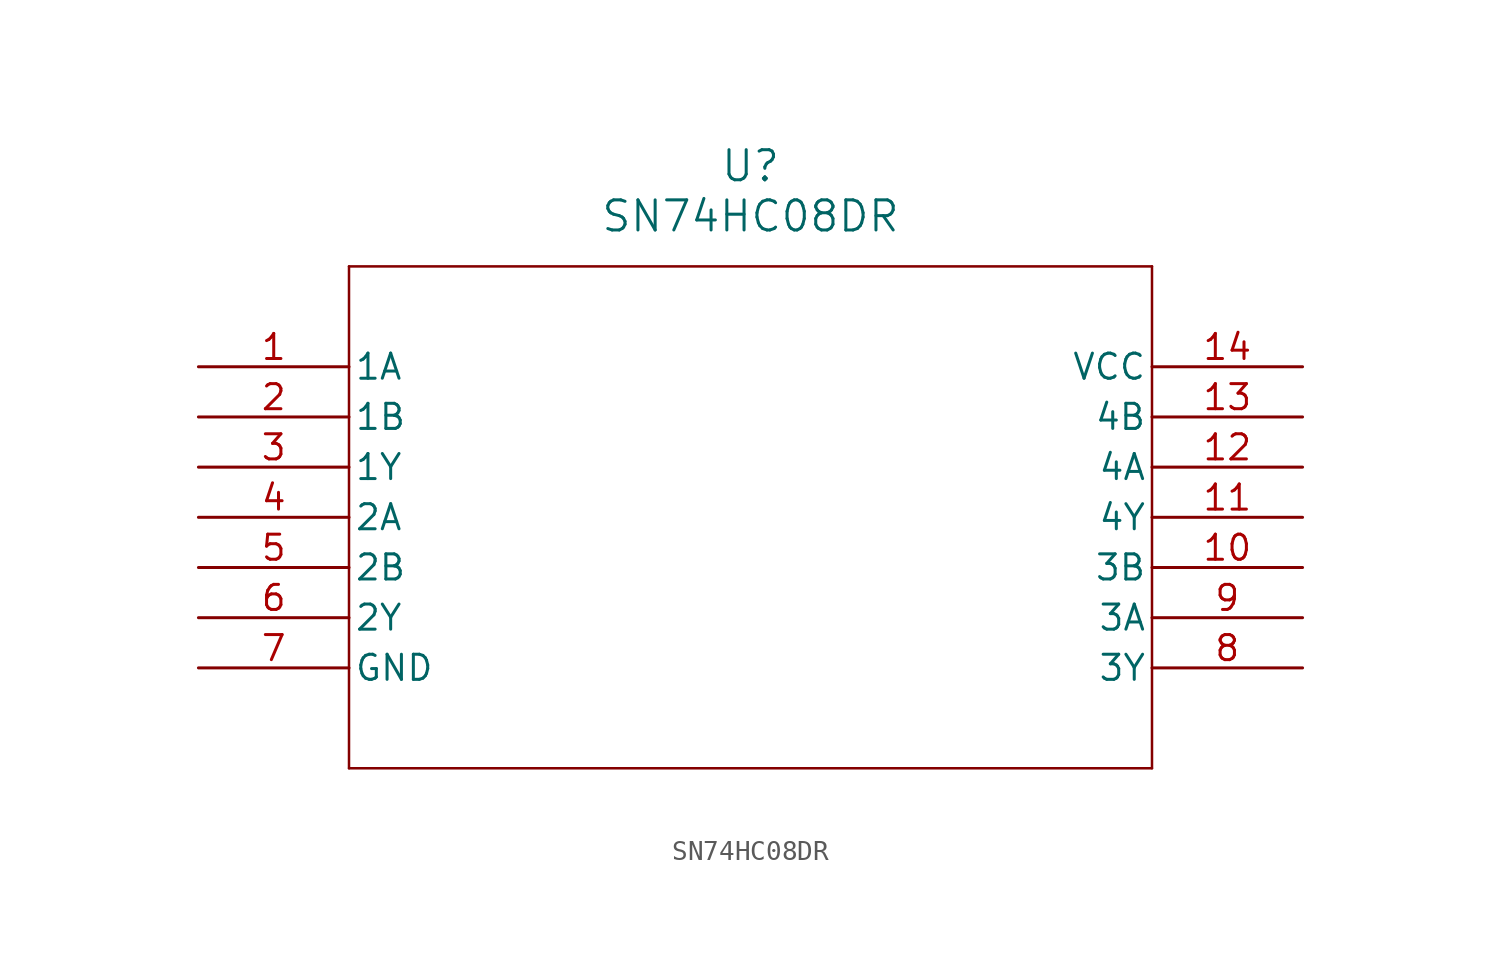
<source format=kicad_sym>
(kicad_symbol_lib
  (version 20231120)
  (generator "kicad_symbol_editor")
  (generator_version "8.0")
  (symbol "SN74HC08DR"
    (pin_names
      (offset 0.254))
    (property "Reference" "U"
      (at 27.94 10.16 0)
      (effects (font (size 1.524 1.524))))
    (property "Value" "SN74HC08DR"
      (at 27.94 7.62 0)
      (effects (font (size 1.524 1.524))))
    (property "ki_locked" ""
      (at 0 0 0)
      (effects (font (size 1.27 1.27))))
    (symbol "SN74HC08DR_0_1"
      (polyline (pts (xy 7.62 -20.32) (xy 48.26 -20.32)) (stroke (width 0.127) (type default)) (fill (type none)))
      (polyline (pts (xy 7.62 5.08) (xy 7.62 -20.32)) (stroke (width 0.127) (type default)) (fill (type none)))
      (polyline (pts (xy 48.26 -20.32) (xy 48.26 5.08)) (stroke (width 0.127) (type default)) (fill (type none)))
      (polyline (pts (xy 48.26 5.08) (xy 7.62 5.08)) (stroke (width 0.127) (type default)) (fill (type none)))
      (pin input line (at 0 0 0) (length 7.62) (name "1A" (effects (font (size 1.27 1.27)))) (number "1" (effects (font (size 1.27 1.27)))))
      (pin input line (at 55.88 -10.16 180) (length 7.62) (name "3B" (effects (font (size 1.27 1.27)))) (number "10" (effects (font (size 1.27 1.27)))))
      (pin output line (at 55.88 -7.62 180) (length 7.62) (name "4Y" (effects (font (size 1.27 1.27)))) (number "11" (effects (font (size 1.27 1.27)))))
      (pin input line (at 55.88 -5.08 180) (length 7.62) (name "4A" (effects (font (size 1.27 1.27)))) (number "12" (effects (font (size 1.27 1.27)))))
      (pin input line (at 55.88 -2.54 180) (length 7.62) (name "4B" (effects (font (size 1.27 1.27)))) (number "13" (effects (font (size 1.27 1.27)))))
      (pin power_in line (at 55.88 0 180) (length 7.62) (name "VCC" (effects (font (size 1.27 1.27)))) (number "14" (effects (font (size 1.27 1.27)))))
      (pin input line (at 0 -2.54 0) (length 7.62) (name "1B" (effects (font (size 1.27 1.27)))) (number "2" (effects (font (size 1.27 1.27)))))
      (pin output line (at 0 -5.08 0) (length 7.62) (name "1Y" (effects (font (size 1.27 1.27)))) (number "3" (effects (font (size 1.27 1.27)))))
      (pin input line (at 0 -7.62 0) (length 7.62) (name "2A" (effects (font (size 1.27 1.27)))) (number "4" (effects (font (size 1.27 1.27)))))
      (pin input line (at 0 -10.16 0) (length 7.62) (name "2B" (effects (font (size 1.27 1.27)))) (number "5" (effects (font (size 1.27 1.27)))))
      (pin output line (at 0 -12.7 0) (length 7.62) (name "2Y" (effects (font (size 1.27 1.27)))) (number "6" (effects (font (size 1.27 1.27)))))
      (pin power_in line (at 0 -15.24 0) (length 7.62) (name "GND" (effects (font (size 1.27 1.27)))) (number "7" (effects (font (size 1.27 1.27)))))
      (pin output line (at 55.88 -15.24 180) (length 7.62) (name "3Y" (effects (font (size 1.27 1.27)))) (number "8" (effects (font (size 1.27 1.27)))))
      (pin input line (at 55.88 -12.7 180) (length 7.62) (name "3A" (effects (font (size 1.27 1.27)))) (number "9" (effects (font (size 1.27 1.27))))))))
</source>
